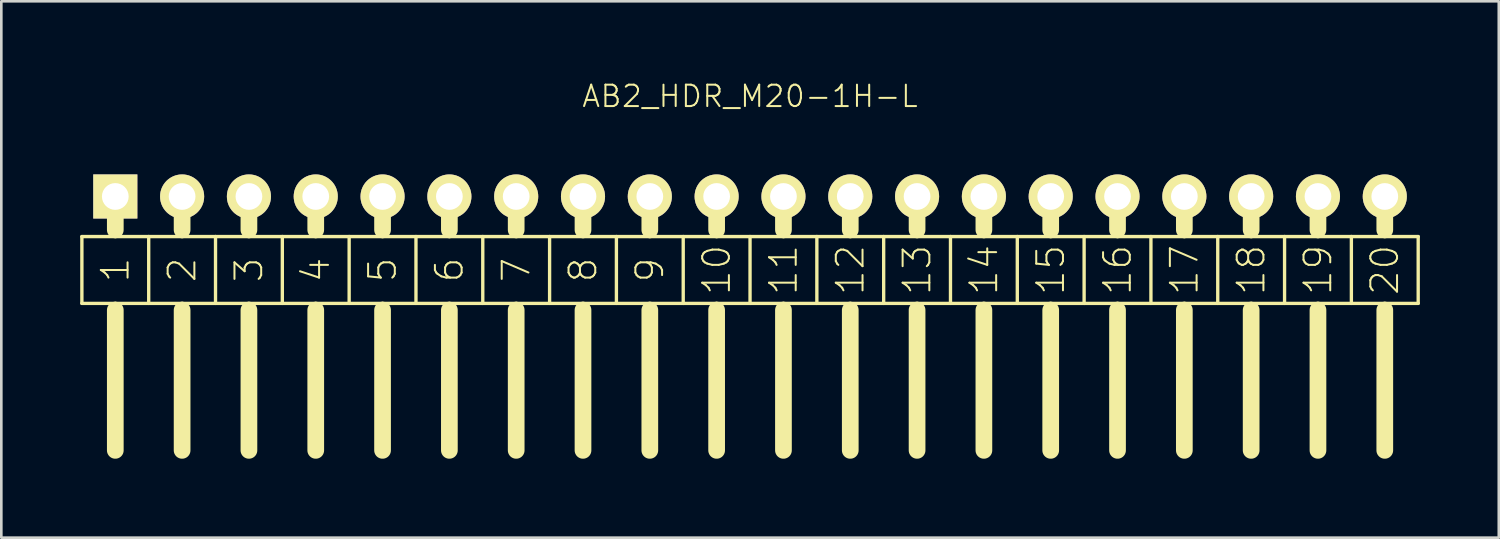
<source format=kicad_pcb>
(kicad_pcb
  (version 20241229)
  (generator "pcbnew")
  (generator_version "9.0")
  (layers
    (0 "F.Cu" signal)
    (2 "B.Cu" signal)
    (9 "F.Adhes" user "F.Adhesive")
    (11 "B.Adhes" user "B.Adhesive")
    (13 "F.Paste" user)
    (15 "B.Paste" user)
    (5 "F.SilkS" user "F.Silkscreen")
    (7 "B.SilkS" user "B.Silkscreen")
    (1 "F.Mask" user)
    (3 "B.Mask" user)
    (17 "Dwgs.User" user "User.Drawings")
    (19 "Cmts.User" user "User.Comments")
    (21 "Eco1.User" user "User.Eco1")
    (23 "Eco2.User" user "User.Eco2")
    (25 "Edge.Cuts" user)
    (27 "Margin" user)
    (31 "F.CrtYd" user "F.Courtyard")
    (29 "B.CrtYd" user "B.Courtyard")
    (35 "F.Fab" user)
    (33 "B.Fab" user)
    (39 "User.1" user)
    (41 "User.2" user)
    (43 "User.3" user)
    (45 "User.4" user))
  (footprint "AB2_HDR_M20-1H-L"
    (layer "F.Cu")
    (at 25.463 4.419)
    (property "Reference" "AB2_HDR_M20-1H-L" (at 0 -3.81 0) (layer "F.SilkS") (effects (font (size 0.813 0.813) (thickness 0.076))))
    (attr through_hole)
    (fp_line (start -25.4 1.524) (end -25.4 4.064) (stroke (width 0.127) (type solid)) (layer "F.SilkS"))
    (fp_line (start -25.4 4.064) (end -24.13 4.064) (stroke (width 0.127) (type solid)) (layer "F.SilkS"))
    (fp_line (start -24.13 0) (end -24.13 1.27) (stroke (width 0.635) (type solid)) (layer "F.SilkS"))
    (fp_line (start -24.13 1.524) (end -25.4 1.524) (stroke (width 0.127) (type solid)) (layer "F.SilkS"))
    (fp_line (start -24.13 4.064) (end -22.86 4.064) (stroke (width 0.127) (type solid)) (layer "F.SilkS"))
    (fp_line (start -24.13 4.318) (end -24.13 9.652) (stroke (width 0.635) (type solid)) (layer "F.SilkS"))
    (fp_line (start -22.86 1.524) (end -24.13 1.524) (stroke (width 0.127) (type solid)) (layer "F.SilkS"))
    (fp_line (start -22.86 4.064) (end -22.86 1.524) (stroke (width 0.127) (type solid)) (layer "F.SilkS"))
    (fp_line (start -22.86 4.064) (end -21.59 4.064) (stroke (width 0.127) (type solid)) (layer "F.SilkS"))
    (fp_line (start -21.59 0) (end -21.59 1.27) (stroke (width 0.635) (type solid)) (layer "F.SilkS"))
    (fp_line (start -21.59 1.524) (end -22.86 1.524) (stroke (width 0.127) (type solid)) (layer "F.SilkS"))
    (fp_line (start -21.59 4.064) (end -20.32 4.064) (stroke (width 0.127) (type solid)) (layer "F.SilkS"))
    (fp_line (start -21.59 4.318) (end -21.59 9.652) (stroke (width 0.635) (type solid)) (layer "F.SilkS"))
    (fp_line (start -20.32 1.524) (end -21.59 1.524) (stroke (width 0.127) (type solid)) (layer "F.SilkS"))
    (fp_line (start -20.32 4.064) (end -20.32 1.524) (stroke (width 0.127) (type solid)) (layer "F.SilkS"))
    (fp_line (start -20.32 4.064) (end -19.05 4.064) (stroke (width 0.127) (type solid)) (layer "F.SilkS"))
    (fp_line (start -19.05 0) (end -19.05 1.27) (stroke (width 0.635) (type solid)) (layer "F.SilkS"))
    (fp_line (start -19.05 1.524) (end -20.32 1.524) (stroke (width 0.127) (type solid)) (layer "F.SilkS"))
    (fp_line (start -19.05 4.064) (end -17.78 4.064) (stroke (width 0.127) (type solid)) (layer "F.SilkS"))
    (fp_line (start -19.05 4.318) (end -19.05 9.652) (stroke (width 0.635) (type solid)) (layer "F.SilkS"))
    (fp_line (start -17.78 1.524) (end -19.05 1.524) (stroke (width 0.127) (type solid)) (layer "F.SilkS"))
    (fp_line (start -17.78 4.064) (end -17.78 1.524) (stroke (width 0.127) (type solid)) (layer "F.SilkS"))
    (fp_line (start -17.78 4.064) (end -16.51 4.064) (stroke (width 0.127) (type solid)) (layer "F.SilkS"))
    (fp_line (start -16.51 0) (end -16.51 1.27) (stroke (width 0.635) (type solid)) (layer "F.SilkS"))
    (fp_line (start -16.51 1.524) (end -17.78 1.524) (stroke (width 0.127) (type solid)) (layer "F.SilkS"))
    (fp_line (start -16.51 4.064) (end -15.24 4.064) (stroke (width 0.127) (type solid)) (layer "F.SilkS"))
    (fp_line (start -16.51 4.318) (end -16.51 9.652) (stroke (width 0.635) (type solid)) (layer "F.SilkS"))
    (fp_line (start -15.24 1.524) (end -16.51 1.524) (stroke (width 0.127) (type solid)) (layer "F.SilkS"))
    (fp_line (start -15.24 4.064) (end -15.24 1.524) (stroke (width 0.127) (type solid)) (layer "F.SilkS"))
    (fp_line (start -15.24 4.064) (end -13.97 4.064) (stroke (width 0.127) (type solid)) (layer "F.SilkS"))
    (fp_line (start -13.97 0) (end -13.97 1.27) (stroke (width 0.635) (type solid)) (layer "F.SilkS"))
    (fp_line (start -13.97 1.524) (end -15.24 1.524) (stroke (width 0.127) (type solid)) (layer "F.SilkS"))
    (fp_line (start -13.97 4.064) (end -12.7 4.064) (stroke (width 0.127) (type solid)) (layer "F.SilkS"))
    (fp_line (start -13.97 4.318) (end -13.97 9.652) (stroke (width 0.635) (type solid)) (layer "F.SilkS"))
    (fp_line (start -12.7 1.524) (end -13.97 1.524) (stroke (width 0.127) (type solid)) (layer "F.SilkS"))
    (fp_line (start -12.7 4.064) (end -12.7 1.524) (stroke (width 0.127) (type solid)) (layer "F.SilkS"))
    (fp_line (start -12.7 4.064) (end -11.43 4.064) (stroke (width 0.127) (type solid)) (layer "F.SilkS"))
    (fp_line (start -11.43 0) (end -11.43 1.27) (stroke (width 0.635) (type solid)) (layer "F.SilkS"))
    (fp_line (start -11.43 1.524) (end -12.7 1.524) (stroke (width 0.127) (type solid)) (layer "F.SilkS"))
    (fp_line (start -11.43 4.064) (end -10.16 4.064) (stroke (width 0.127) (type solid)) (layer "F.SilkS"))
    (fp_line (start -11.43 4.318) (end -11.43 9.652) (stroke (width 0.635) (type solid)) (layer "F.SilkS"))
    (fp_line (start -10.16 1.524) (end -11.43 1.524) (stroke (width 0.127) (type solid)) (layer "F.SilkS"))
    (fp_line (start -10.16 4.064) (end -10.16 1.524) (stroke (width 0.127) (type solid)) (layer "F.SilkS"))
    (fp_line (start -10.16 4.064) (end -8.89 4.064) (stroke (width 0.127) (type solid)) (layer "F.SilkS"))
    (fp_line (start -8.89 0) (end -8.89 1.27) (stroke (width 0.635) (type solid)) (layer "F.SilkS"))
    (fp_line (start -8.89 1.524) (end -10.16 1.524) (stroke (width 0.127) (type solid)) (layer "F.SilkS"))
    (fp_line (start -8.89 4.064) (end -7.62 4.064) (stroke (width 0.127) (type solid)) (layer "F.SilkS"))
    (fp_line (start -8.89 4.318) (end -8.89 9.652) (stroke (width 0.635) (type solid)) (layer "F.SilkS"))
    (fp_line (start -7.62 1.524) (end -8.89 1.524) (stroke (width 0.127) (type solid)) (layer "F.SilkS"))
    (fp_line (start -7.62 4.064) (end -7.62 1.524) (stroke (width 0.127) (type solid)) (layer "F.SilkS"))
    (fp_line (start -7.62 4.064) (end -6.35 4.064) (stroke (width 0.127) (type solid)) (layer "F.SilkS"))
    (fp_line (start -6.35 0) (end -6.35 1.27) (stroke (width 0.635) (type solid)) (layer "F.SilkS"))
    (fp_line (start -6.35 1.524) (end -7.62 1.524) (stroke (width 0.127) (type solid)) (layer "F.SilkS"))
    (fp_line (start -6.35 4.064) (end -5.08 4.064) (stroke (width 0.127) (type solid)) (layer "F.SilkS"))
    (fp_line (start -6.35 4.318) (end -6.35 9.652) (stroke (width 0.635) (type solid)) (layer "F.SilkS"))
    (fp_line (start -5.08 1.524) (end -6.35 1.524) (stroke (width 0.127) (type solid)) (layer "F.SilkS"))
    (fp_line (start -5.08 4.064) (end -5.08 1.524) (stroke (width 0.127) (type solid)) (layer "F.SilkS"))
    (fp_line (start -5.08 4.064) (end -3.81 4.064) (stroke (width 0.127) (type solid)) (layer "F.SilkS"))
    (fp_line (start -3.81 0) (end -3.81 1.27) (stroke (width 0.635) (type solid)) (layer "F.SilkS"))
    (fp_line (start -3.81 1.524) (end -5.08 1.524) (stroke (width 0.127) (type solid)) (layer "F.SilkS"))
    (fp_line (start -3.81 4.064) (end -2.54 4.064) (stroke (width 0.127) (type solid)) (layer "F.SilkS"))
    (fp_line (start -3.81 4.318) (end -3.81 9.652) (stroke (width 0.635) (type solid)) (layer "F.SilkS"))
    (fp_line (start -2.54 1.524) (end -3.81 1.524) (stroke (width 0.127) (type solid)) (layer "F.SilkS"))
    (fp_line (start -2.54 4.064) (end -2.54 1.524) (stroke (width 0.127) (type solid)) (layer "F.SilkS"))
    (fp_line (start -2.54 4.064) (end -1.27 4.064) (stroke (width 0.127) (type solid)) (layer "F.SilkS"))
    (fp_line (start -1.27 0) (end -1.27 1.27) (stroke (width 0.635) (type solid)) (layer "F.SilkS"))
    (fp_line (start -1.27 1.524) (end -2.54 1.524) (stroke (width 0.127) (type solid)) (layer "F.SilkS"))
    (fp_line (start -1.27 4.064) (end 0 4.064) (stroke (width 0.127) (type solid)) (layer "F.SilkS"))
    (fp_line (start -1.27 4.318) (end -1.27 9.652) (stroke (width 0.635) (type solid)) (layer "F.SilkS"))
    (fp_line (start 0 1.524) (end -1.27 1.524) (stroke (width 0.127) (type solid)) (layer "F.SilkS"))
    (fp_line (start 0 4.064) (end 0 1.524) (stroke (width 0.127) (type solid)) (layer "F.SilkS"))
    (fp_line (start 0 4.064) (end 1.27 4.064) (stroke (width 0.127) (type solid)) (layer "F.SilkS"))
    (fp_line (start 1.27 0) (end 1.27 1.27) (stroke (width 0.635) (type solid)) (layer "F.SilkS"))
    (fp_line (start 1.27 1.524) (end 0 1.524) (stroke (width 0.127) (type solid)) (layer "F.SilkS"))
    (fp_line (start 1.27 4.064) (end 2.54 4.064) (stroke (width 0.127) (type solid)) (layer "F.SilkS"))
    (fp_line (start 1.27 4.318) (end 1.27 9.652) (stroke (width 0.635) (type solid)) (layer "F.SilkS"))
    (fp_line (start 2.54 1.524) (end 1.27 1.524) (stroke (width 0.127) (type solid)) (layer "F.SilkS"))
    (fp_line (start 2.54 4.064) (end 2.54 1.524) (stroke (width 0.127) (type solid)) (layer "F.SilkS"))
    (fp_line (start 2.54 4.064) (end 3.81 4.064) (stroke (width 0.127) (type solid)) (layer "F.SilkS"))
    (fp_line (start 3.81 0) (end 3.81 1.27) (stroke (width 0.635) (type solid)) (layer "F.SilkS"))
    (fp_line (start 3.81 1.524) (end 2.54 1.524) (stroke (width 0.127) (type solid)) (layer "F.SilkS"))
    (fp_line (start 3.81 4.064) (end 5.08 4.064) (stroke (width 0.127) (type solid)) (layer "F.SilkS"))
    (fp_line (start 3.81 4.318) (end 3.81 9.652) (stroke (width 0.635) (type solid)) (layer "F.SilkS"))
    (fp_line (start 5.08 1.524) (end 3.81 1.524) (stroke (width 0.127) (type solid)) (layer "F.SilkS"))
    (fp_line (start 5.08 4.064) (end 5.08 1.524) (stroke (width 0.127) (type solid)) (layer "F.SilkS"))
    (fp_line (start 5.08 4.064) (end 6.35 4.064) (stroke (width 0.127) (type solid)) (layer "F.SilkS"))
    (fp_line (start 6.35 0) (end 6.35 1.27) (stroke (width 0.635) (type solid)) (layer "F.SilkS"))
    (fp_line (start 6.35 1.524) (end 5.08 1.524) (stroke (width 0.127) (type solid)) (layer "F.SilkS"))
    (fp_line (start 6.35 4.064) (end 7.62 4.064) (stroke (width 0.127) (type solid)) (layer "F.SilkS"))
    (fp_line (start 6.35 4.318) (end 6.35 9.652) (stroke (width 0.635) (type solid)) (layer "F.SilkS"))
    (fp_line (start 7.62 1.524) (end 6.35 1.524) (stroke (width 0.127) (type solid)) (layer "F.SilkS"))
    (fp_line (start 7.62 4.064) (end 7.62 1.524) (stroke (width 0.127) (type solid)) (layer "F.SilkS"))
    (fp_line (start 7.62 4.064) (end 8.89 4.064) (stroke (width 0.127) (type solid)) (layer "F.SilkS"))
    (fp_line (start 8.89 0) (end 8.89 1.27) (stroke (width 0.635) (type solid)) (layer "F.SilkS"))
    (fp_line (start 8.89 1.524) (end 7.62 1.524) (stroke (width 0.127) (type solid)) (layer "F.SilkS"))
    (fp_line (start 8.89 4.064) (end 10.16 4.064) (stroke (width 0.127) (type solid)) (layer "F.SilkS"))
    (fp_line (start 8.89 4.318) (end 8.89 9.652) (stroke (width 0.635) (type solid)) (layer "F.SilkS"))
    (fp_line (start 10.16 1.524) (end 8.89 1.524) (stroke (width 0.127) (type solid)) (layer "F.SilkS"))
    (fp_line (start 10.16 4.064) (end 10.16 1.524) (stroke (width 0.127) (type solid)) (layer "F.SilkS"))
    (fp_line (start 10.16 4.064) (end 11.43 4.064) (stroke (width 0.127) (type solid)) (layer "F.SilkS"))
    (fp_line (start 11.43 0) (end 11.43 1.27) (stroke (width 0.635) (type solid)) (layer "F.SilkS"))
    (fp_line (start 11.43 1.524) (end 10.16 1.524) (stroke (width 0.127) (type solid)) (layer "F.SilkS"))
    (fp_line (start 11.43 4.064) (end 12.7 4.064) (stroke (width 0.127) (type solid)) (layer "F.SilkS"))
    (fp_line (start 11.43 4.318) (end 11.43 9.652) (stroke (width 0.635) (type solid)) (layer "F.SilkS"))
    (fp_line (start 12.7 1.524) (end 11.43 1.524) (stroke (width 0.127) (type solid)) (layer "F.SilkS"))
    (fp_line (start 12.7 4.064) (end 12.7 1.524) (stroke (width 0.127) (type solid)) (layer "F.SilkS"))
    (fp_line (start 12.7 4.064) (end 13.97 4.064) (stroke (width 0.127) (type solid)) (layer "F.SilkS"))
    (fp_line (start 13.97 0) (end 13.97 1.27) (stroke (width 0.635) (type solid)) (layer "F.SilkS"))
    (fp_line (start 13.97 1.524) (end 12.7 1.524) (stroke (width 0.127) (type solid)) (layer "F.SilkS"))
    (fp_line (start 13.97 4.064) (end 15.24 4.064) (stroke (width 0.127) (type solid)) (layer "F.SilkS"))
    (fp_line (start 13.97 4.318) (end 13.97 9.652) (stroke (width 0.635) (type solid)) (layer "F.SilkS"))
    (fp_line (start 15.24 1.524) (end 13.97 1.524) (stroke (width 0.127) (type solid)) (layer "F.SilkS"))
    (fp_line (start 15.24 4.064) (end 15.24 1.524) (stroke (width 0.127) (type solid)) (layer "F.SilkS"))
    (fp_line (start 15.24 4.064) (end 16.51 4.064) (stroke (width 0.127) (type solid)) (layer "F.SilkS"))
    (fp_line (start 16.51 0) (end 16.51 1.27) (stroke (width 0.635) (type solid)) (layer "F.SilkS"))
    (fp_line (start 16.51 1.524) (end 15.24 1.524) (stroke (width 0.127) (type solid)) (layer "F.SilkS"))
    (fp_line (start 16.51 4.064) (end 17.78 4.064) (stroke (width 0.127) (type solid)) (layer "F.SilkS"))
    (fp_line (start 16.51 4.318) (end 16.51 9.652) (stroke (width 0.635) (type solid)) (layer "F.SilkS"))
    (fp_line (start 17.78 1.524) (end 16.51 1.524) (stroke (width 0.127) (type solid)) (layer "F.SilkS"))
    (fp_line (start 17.78 4.064) (end 17.78 1.524) (stroke (width 0.127) (type solid)) (layer "F.SilkS"))
    (fp_line (start 17.78 4.064) (end 19.05 4.064) (stroke (width 0.127) (type solid)) (layer "F.SilkS"))
    (fp_line (start 19.05 0) (end 19.05 1.27) (stroke (width 0.635) (type solid)) (layer "F.SilkS"))
    (fp_line (start 19.05 1.524) (end 17.78 1.524) (stroke (width 0.127) (type solid)) (layer "F.SilkS"))
    (fp_line (start 19.05 4.064) (end 20.32 4.064) (stroke (width 0.127) (type solid)) (layer "F.SilkS"))
    (fp_line (start 19.05 4.318) (end 19.05 9.652) (stroke (width 0.635) (type solid)) (layer "F.SilkS"))
    (fp_line (start 20.32 1.524) (end 19.05 1.524) (stroke (width 0.127) (type solid)) (layer "F.SilkS"))
    (fp_line (start 20.32 4.064) (end 20.32 1.524) (stroke (width 0.127) (type solid)) (layer "F.SilkS"))
    (fp_line (start 20.32 4.064) (end 21.59 4.064) (stroke (width 0.127) (type solid)) (layer "F.SilkS"))
    (fp_line (start 21.59 0) (end 21.59 1.27) (stroke (width 0.635) (type solid)) (layer "F.SilkS"))
    (fp_line (start 21.59 1.524) (end 20.32 1.524) (stroke (width 0.127) (type solid)) (layer "F.SilkS"))
    (fp_line (start 21.59 4.064) (end 22.86 4.064) (stroke (width 0.127) (type solid)) (layer "F.SilkS"))
    (fp_line (start 21.59 4.318) (end 21.59 9.652) (stroke (width 0.635) (type solid)) (layer "F.SilkS"))
    (fp_line (start 22.86 1.524) (end 21.59 1.524) (stroke (width 0.127) (type solid)) (layer "F.SilkS"))
    (fp_line (start 22.86 4.064) (end 22.86 1.524) (stroke (width 0.127) (type solid)) (layer "F.SilkS"))
    (fp_line (start 22.86 4.064) (end 24.13 4.064) (stroke (width 0.127) (type solid)) (layer "F.SilkS"))
    (fp_line (start 24.13 0) (end 24.13 1.27) (stroke (width 0.635) (type solid)) (layer "F.SilkS"))
    (fp_line (start 24.13 1.524) (end 22.86 1.524) (stroke (width 0.127) (type solid)) (layer "F.SilkS"))
    (fp_line (start 24.13 4.064) (end 25.4 4.064) (stroke (width 0.127) (type solid)) (layer "F.SilkS"))
    (fp_line (start 24.13 4.318) (end 24.13 9.652) (stroke (width 0.635) (type solid)) (layer "F.SilkS"))
    (fp_line (start 25.4 1.524) (end 24.13 1.524) (stroke (width 0.127) (type solid)) (layer "F.SilkS"))
    (fp_line (start 25.4 4.064) (end 25.4 1.524) (stroke (width 0.127) (type solid)) (layer "F.SilkS"))
    (fp_text user "9" (at -3.81 2.794 90) (layer "F.SilkS") (effects (font (size 1.016 1.016) (thickness 0.076))))
    (fp_text user "3" (at -19.05 2.794 90) (layer "F.SilkS") (effects (font (size 1.016 1.016) (thickness 0.076))))
    (fp_text user "18" (at 19.05 2.794 90) (layer "F.SilkS") (effects (font (size 1.016 1.016) (thickness 0.076))))
    (fp_text user "20" (at 24.13 2.794 90) (layer "F.SilkS") (effects (font (size 1.016 1.016) (thickness 0.076))))
    (fp_text user "8" (at -6.35 2.794 90) (layer "F.SilkS") (effects (font (size 1.016 1.016) (thickness 0.076))))
    (fp_text user "1" (at -24.13 2.794 90) (layer "F.SilkS") (effects (font (size 1.016 1.016) (thickness 0.076))))
    (fp_text user "11" (at 1.27 2.794 90) (layer "F.SilkS") (effects (font (size 1.016 1.016) (thickness 0.076))))
    (fp_text user "14" (at 8.89 2.794 90) (layer "F.SilkS") (effects (font (size 1.016 1.016) (thickness 0.076))))
    (fp_text user "13" (at 6.35 2.794 90) (layer "F.SilkS") (effects (font (size 1.016 1.016) (thickness 0.076))))
    (fp_text user "4" (at -16.51 2.794 90) (layer "F.SilkS") (effects (font (size 1.016 1.016) (thickness 0.076))))
    (fp_text user "19" (at 21.59 2.794 90) (layer "F.SilkS") (effects (font (size 1.016 1.016) (thickness 0.076))))
    (fp_text user "16" (at 13.97 2.794 90) (layer "F.SilkS") (effects (font (size 1.016 1.016) (thickness 0.076))))
    (fp_text user "5" (at -13.97 2.794 90) (layer "F.SilkS") (effects (font (size 1.016 1.016) (thickness 0.076))))
    (fp_text user "12" (at 3.81 2.794 90) (layer "F.SilkS") (effects (font (size 1.016 1.016) (thickness 0.076))))
    (fp_text user "10" (at -1.27 2.794 90) (layer "F.SilkS") (effects (font (size 1.016 1.016) (thickness 0.076))))
    (fp_text user "7" (at -8.89 2.794 90) (layer "F.SilkS") (effects (font (size 1.016 1.016) (thickness 0.076))))
    (fp_text user "17" (at 16.51 2.794 90) (layer "F.SilkS") (effects (font (size 1.016 1.016) (thickness 0.076))))
    (fp_text user "15" (at 11.43 2.794 90) (layer "F.SilkS") (effects (font (size 1.016 1.016) (thickness 0.076))))
    (fp_text user "6" (at -11.43 2.794 90) (layer "F.SilkS") (effects (font (size 1.016 1.016) (thickness 0.076))))
    (fp_text user "2" (at -21.59 2.794 90) (layer "F.SilkS") (effects (font (size 1.016 1.016) (thickness 0.076))))
    (pad "1" thru_hole rect (at -24.13 0) (size 1.676 1.676) (drill 1.016) (layers "*.Cu" "*.Mask" "F.SilkS"))
    (pad "2" thru_hole circle (at -21.59 0) (size 1.676 1.676) (drill 1.016) (layers "*.Cu" "*.Mask" "F.SilkS"))
    (pad "3" thru_hole circle (at -19.05 0) (size 1.676 1.676) (drill 1.016) (layers "*.Cu" "*.Mask" "F.SilkS"))
    (pad "4" thru_hole circle (at -16.51 0) (size 1.676 1.676) (drill 1.016) (layers "*.Cu" "*.Mask" "F.SilkS"))
    (pad "5" thru_hole circle (at -13.97 0) (size 1.676 1.676) (drill 1.016) (layers "*.Cu" "*.Mask" "F.SilkS"))
    (pad "6" thru_hole circle (at -11.43 0) (size 1.676 1.676) (drill 1.016) (layers "*.Cu" "*.Mask" "F.SilkS"))
    (pad "7" thru_hole circle (at -8.89 0) (size 1.676 1.676) (drill 1.016) (layers "*.Cu" "*.Mask" "F.SilkS"))
    (pad "8" thru_hole circle (at -6.35 0) (size 1.676 1.676) (drill 1.016) (layers "*.Cu" "*.Mask" "F.SilkS"))
    (pad "9" thru_hole circle (at -3.81 0) (size 1.676 1.676) (drill 1.016) (layers "*.Cu" "*.Mask" "F.SilkS"))
    (pad "10" thru_hole circle (at -1.27 0) (size 1.676 1.676) (drill 1.016) (layers "*.Cu" "*.Mask" "F.SilkS"))
    (pad "11" thru_hole circle (at 1.27 0) (size 1.676 1.676) (drill 1.016) (layers "*.Cu" "*.Mask" "F.SilkS"))
    (pad "12" thru_hole circle (at 3.81 0) (size 1.676 1.676) (drill 1.016) (layers "*.Cu" "*.Mask" "F.SilkS"))
    (pad "13" thru_hole circle (at 6.35 0) (size 1.676 1.676) (drill 1.016) (layers "*.Cu" "*.Mask" "F.SilkS"))
    (pad "14" thru_hole circle (at 8.89 0) (size 1.676 1.676) (drill 1.016) (layers "*.Cu" "*.Mask" "F.SilkS"))
    (pad "15" thru_hole circle (at 11.43 0) (size 1.676 1.676) (drill 1.016) (layers "*.Cu" "*.Mask" "F.SilkS"))
    (pad "16" thru_hole circle (at 13.97 0) (size 1.676 1.676) (drill 1.016) (layers "*.Cu" "*.Mask" "F.SilkS"))
    (pad "17" thru_hole circle (at 16.51 0) (size 1.676 1.676) (drill 1.016) (layers "*.Cu" "*.Mask" "F.SilkS"))
    (pad "18" thru_hole circle (at 19.05 0) (size 1.676 1.676) (drill 1.016) (layers "*.Cu" "*.Mask" "F.SilkS"))
    (pad "19" thru_hole circle (at 21.59 0) (size 1.676 1.676) (drill 1.016) (layers "*.Cu" "*.Mask" "F.SilkS"))
    (pad "20" thru_hole circle (at 24.13 0) (size 1.676 1.676) (drill 1.016) (layers "*.Cu" "*.Mask" "F.SilkS")))
  (gr_rect
    (start -3 -3)
    (end 53.927 17.389)
    (stroke (width 0.1) (type default))
    (fill no)
    (layer "Edge.Cuts")))
</source>
